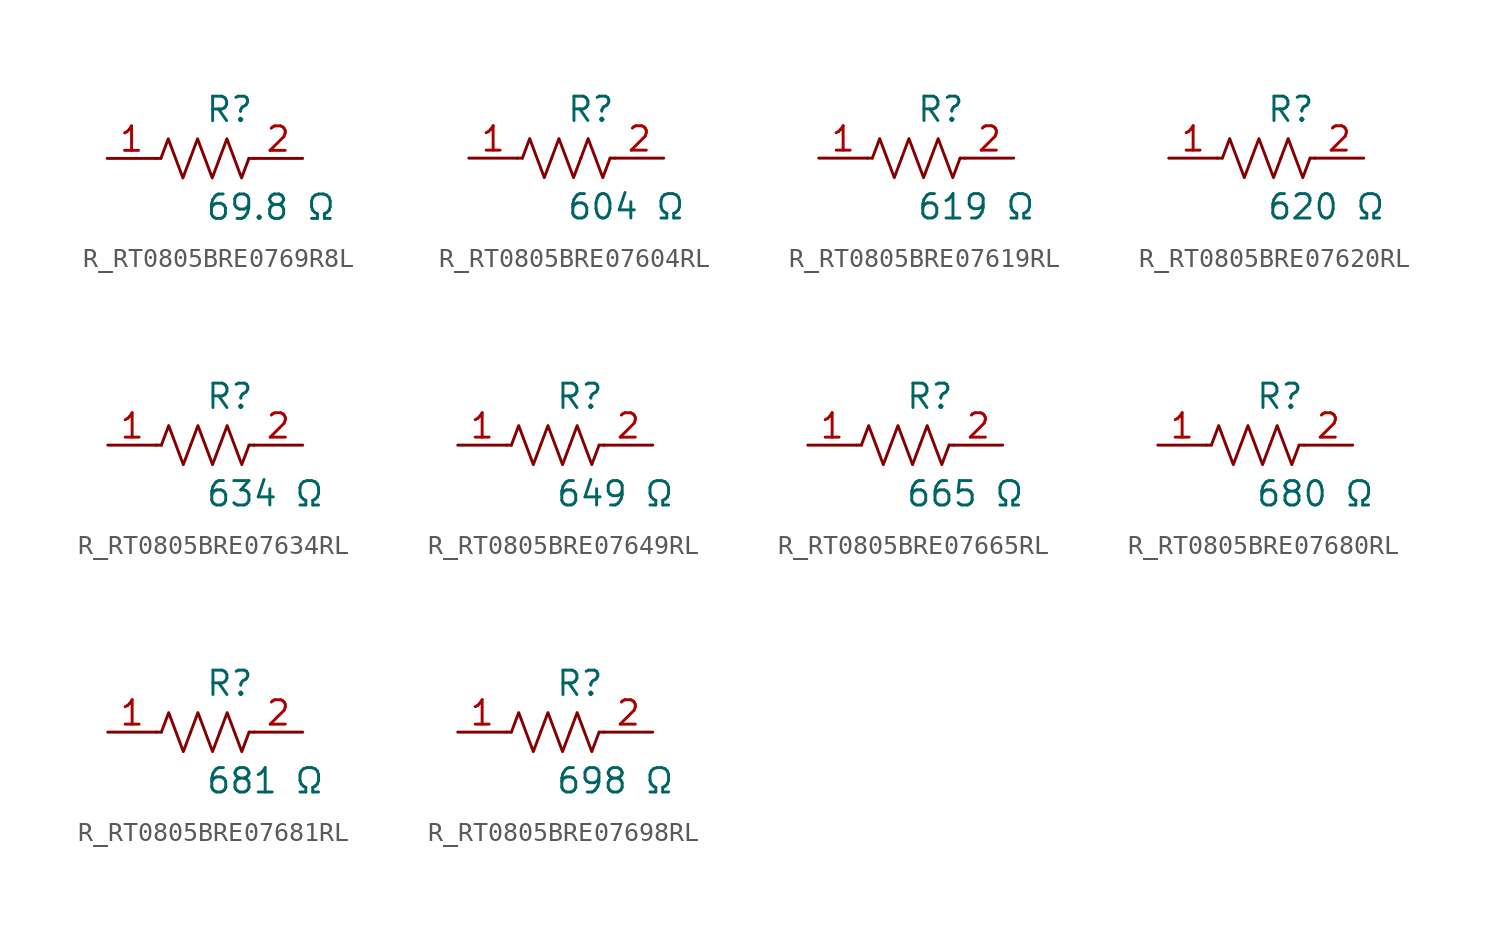
<source format=kicad_sym>
(kicad_symbol_lib
  (version 20231120)
  (generator kicad_symbol_editor)
  (generator_version 8.0)
  (symbol "R_RT0805BRE0769R8L"
    (pin_names
      (offset 0.254))
    (property "Reference" "R"
      (at 0.0 2.54 0)
      (effects (font (size 1.27 1.27)) (justify left)))
    (property "Value" "69.8 Ω"
      (at 0.0 -2.54 0)
      (effects (font (size 1.27 1.27)) (justify left)))
    (symbol "R_RT0805BRE0769R8L_0_1"
      (polyline (pts (xy 2.286 0) (xy 2.54 0)) (stroke (width 0) (type default)) (fill (type none)))
      (polyline (pts (xy -2.286 0) (xy -2.54 0)) (stroke (width 0) (type default)) (fill (type none)))
      (polyline (pts (xy 0.762 0) (xy 1.143 1.016) (xy 1.524 0) (xy 1.905 -1.016) (xy 2.286 0)) (stroke (width 0) (type default)) (fill (type none)))
      (polyline (pts (xy -0.762 0) (xy -0.381 1.016) (xy 0 0) (xy 0.381 -1.016) (xy 0.762 0)) (stroke (width 0) (type default)) (fill (type none)))
      (polyline (pts (xy -2.286 0) (xy -1.905 1.016) (xy -1.524 0) (xy -1.143 -1.016) (xy -0.762 0)) (stroke (width 0) (type default)) (fill (type none))))
    (pin unspecified line
      (at -5.08 0 0)
      (length 2.54)
      (name "" (effects (font (size 1.27 1.27))))
      (number "1" (effects (font (size 1.27 1.27)))))
    (pin unspecified line
      (at 5.08 0 180)
      (length 2.54)
      (name "" (effects (font (size 1.27 1.27))))
      (number "2" (effects (font (size 1.27 1.27))))))
  (symbol "R_RT0805BRE07604RL"
    (pin_names
      (offset 0.254))
    (property "Reference" "R"
      (at 0.0 2.54 0)
      (effects (font (size 1.27 1.27)) (justify left)))
    (property "Value" "604 Ω"
      (at 0.0 -2.54 0)
      (effects (font (size 1.27 1.27)) (justify left)))
    (symbol "R_RT0805BRE07604RL_0_1"
      (polyline (pts (xy 2.286 0) (xy 2.54 0)) (stroke (width 0) (type default)) (fill (type none)))
      (polyline (pts (xy -2.286 0) (xy -2.54 0)) (stroke (width 0) (type default)) (fill (type none)))
      (polyline (pts (xy 0.762 0) (xy 1.143 1.016) (xy 1.524 0) (xy 1.905 -1.016) (xy 2.286 0)) (stroke (width 0) (type default)) (fill (type none)))
      (polyline (pts (xy -0.762 0) (xy -0.381 1.016) (xy 0 0) (xy 0.381 -1.016) (xy 0.762 0)) (stroke (width 0) (type default)) (fill (type none)))
      (polyline (pts (xy -2.286 0) (xy -1.905 1.016) (xy -1.524 0) (xy -1.143 -1.016) (xy -0.762 0)) (stroke (width 0) (type default)) (fill (type none))))
    (pin unspecified line
      (at -5.08 0 0)
      (length 2.54)
      (name "" (effects (font (size 1.27 1.27))))
      (number "1" (effects (font (size 1.27 1.27)))))
    (pin unspecified line
      (at 5.08 0 180)
      (length 2.54)
      (name "" (effects (font (size 1.27 1.27))))
      (number "2" (effects (font (size 1.27 1.27))))))
  (symbol "R_RT0805BRE07619RL"
    (pin_names
      (offset 0.254))
    (property "Reference" "R"
      (at 0.0 2.54 0)
      (effects (font (size 1.27 1.27)) (justify left)))
    (property "Value" "619 Ω"
      (at 0.0 -2.54 0)
      (effects (font (size 1.27 1.27)) (justify left)))
    (symbol "R_RT0805BRE07619RL_0_1"
      (polyline (pts (xy 2.286 0) (xy 2.54 0)) (stroke (width 0) (type default)) (fill (type none)))
      (polyline (pts (xy -2.286 0) (xy -2.54 0)) (stroke (width 0) (type default)) (fill (type none)))
      (polyline (pts (xy 0.762 0) (xy 1.143 1.016) (xy 1.524 0) (xy 1.905 -1.016) (xy 2.286 0)) (stroke (width 0) (type default)) (fill (type none)))
      (polyline (pts (xy -0.762 0) (xy -0.381 1.016) (xy 0 0) (xy 0.381 -1.016) (xy 0.762 0)) (stroke (width 0) (type default)) (fill (type none)))
      (polyline (pts (xy -2.286 0) (xy -1.905 1.016) (xy -1.524 0) (xy -1.143 -1.016) (xy -0.762 0)) (stroke (width 0) (type default)) (fill (type none))))
    (pin unspecified line
      (at -5.08 0 0)
      (length 2.54)
      (name "" (effects (font (size 1.27 1.27))))
      (number "1" (effects (font (size 1.27 1.27)))))
    (pin unspecified line
      (at 5.08 0 180)
      (length 2.54)
      (name "" (effects (font (size 1.27 1.27))))
      (number "2" (effects (font (size 1.27 1.27))))))
  (symbol "R_RT0805BRE07620RL"
    (pin_names
      (offset 0.254))
    (property "Reference" "R"
      (at 0.0 2.54 0)
      (effects (font (size 1.27 1.27)) (justify left)))
    (property "Value" "620 Ω"
      (at 0.0 -2.54 0)
      (effects (font (size 1.27 1.27)) (justify left)))
    (symbol "R_RT0805BRE07620RL_0_1"
      (polyline (pts (xy 2.286 0) (xy 2.54 0)) (stroke (width 0) (type default)) (fill (type none)))
      (polyline (pts (xy -2.286 0) (xy -2.54 0)) (stroke (width 0) (type default)) (fill (type none)))
      (polyline (pts (xy 0.762 0) (xy 1.143 1.016) (xy 1.524 0) (xy 1.905 -1.016) (xy 2.286 0)) (stroke (width 0) (type default)) (fill (type none)))
      (polyline (pts (xy -0.762 0) (xy -0.381 1.016) (xy 0 0) (xy 0.381 -1.016) (xy 0.762 0)) (stroke (width 0) (type default)) (fill (type none)))
      (polyline (pts (xy -2.286 0) (xy -1.905 1.016) (xy -1.524 0) (xy -1.143 -1.016) (xy -0.762 0)) (stroke (width 0) (type default)) (fill (type none))))
    (pin unspecified line
      (at -5.08 0 0)
      (length 2.54)
      (name "" (effects (font (size 1.27 1.27))))
      (number "1" (effects (font (size 1.27 1.27)))))
    (pin unspecified line
      (at 5.08 0 180)
      (length 2.54)
      (name "" (effects (font (size 1.27 1.27))))
      (number "2" (effects (font (size 1.27 1.27))))))
  (symbol "R_RT0805BRE07634RL"
    (pin_names
      (offset 0.254))
    (property "Reference" "R"
      (at 0.0 2.54 0)
      (effects (font (size 1.27 1.27)) (justify left)))
    (property "Value" "634 Ω"
      (at 0.0 -2.54 0)
      (effects (font (size 1.27 1.27)) (justify left)))
    (symbol "R_RT0805BRE07634RL_0_1"
      (polyline (pts (xy 2.286 0) (xy 2.54 0)) (stroke (width 0) (type default)) (fill (type none)))
      (polyline (pts (xy -2.286 0) (xy -2.54 0)) (stroke (width 0) (type default)) (fill (type none)))
      (polyline (pts (xy 0.762 0) (xy 1.143 1.016) (xy 1.524 0) (xy 1.905 -1.016) (xy 2.286 0)) (stroke (width 0) (type default)) (fill (type none)))
      (polyline (pts (xy -0.762 0) (xy -0.381 1.016) (xy 0 0) (xy 0.381 -1.016) (xy 0.762 0)) (stroke (width 0) (type default)) (fill (type none)))
      (polyline (pts (xy -2.286 0) (xy -1.905 1.016) (xy -1.524 0) (xy -1.143 -1.016) (xy -0.762 0)) (stroke (width 0) (type default)) (fill (type none))))
    (pin unspecified line
      (at -5.08 0 0)
      (length 2.54)
      (name "" (effects (font (size 1.27 1.27))))
      (number "1" (effects (font (size 1.27 1.27)))))
    (pin unspecified line
      (at 5.08 0 180)
      (length 2.54)
      (name "" (effects (font (size 1.27 1.27))))
      (number "2" (effects (font (size 1.27 1.27))))))
  (symbol "R_RT0805BRE07649RL"
    (pin_names
      (offset 0.254))
    (property "Reference" "R"
      (at 0.0 2.54 0)
      (effects (font (size 1.27 1.27)) (justify left)))
    (property "Value" "649 Ω"
      (at 0.0 -2.54 0)
      (effects (font (size 1.27 1.27)) (justify left)))
    (symbol "R_RT0805BRE07649RL_0_1"
      (polyline (pts (xy 2.286 0) (xy 2.54 0)) (stroke (width 0) (type default)) (fill (type none)))
      (polyline (pts (xy -2.286 0) (xy -2.54 0)) (stroke (width 0) (type default)) (fill (type none)))
      (polyline (pts (xy 0.762 0) (xy 1.143 1.016) (xy 1.524 0) (xy 1.905 -1.016) (xy 2.286 0)) (stroke (width 0) (type default)) (fill (type none)))
      (polyline (pts (xy -0.762 0) (xy -0.381 1.016) (xy 0 0) (xy 0.381 -1.016) (xy 0.762 0)) (stroke (width 0) (type default)) (fill (type none)))
      (polyline (pts (xy -2.286 0) (xy -1.905 1.016) (xy -1.524 0) (xy -1.143 -1.016) (xy -0.762 0)) (stroke (width 0) (type default)) (fill (type none))))
    (pin unspecified line
      (at -5.08 0 0)
      (length 2.54)
      (name "" (effects (font (size 1.27 1.27))))
      (number "1" (effects (font (size 1.27 1.27)))))
    (pin unspecified line
      (at 5.08 0 180)
      (length 2.54)
      (name "" (effects (font (size 1.27 1.27))))
      (number "2" (effects (font (size 1.27 1.27))))))
  (symbol "R_RT0805BRE07665RL"
    (pin_names
      (offset 0.254))
    (property "Reference" "R"
      (at 0.0 2.54 0)
      (effects (font (size 1.27 1.27)) (justify left)))
    (property "Value" "665 Ω"
      (at 0.0 -2.54 0)
      (effects (font (size 1.27 1.27)) (justify left)))
    (symbol "R_RT0805BRE07665RL_0_1"
      (polyline (pts (xy 2.286 0) (xy 2.54 0)) (stroke (width 0) (type default)) (fill (type none)))
      (polyline (pts (xy -2.286 0) (xy -2.54 0)) (stroke (width 0) (type default)) (fill (type none)))
      (polyline (pts (xy 0.762 0) (xy 1.143 1.016) (xy 1.524 0) (xy 1.905 -1.016) (xy 2.286 0)) (stroke (width 0) (type default)) (fill (type none)))
      (polyline (pts (xy -0.762 0) (xy -0.381 1.016) (xy 0 0) (xy 0.381 -1.016) (xy 0.762 0)) (stroke (width 0) (type default)) (fill (type none)))
      (polyline (pts (xy -2.286 0) (xy -1.905 1.016) (xy -1.524 0) (xy -1.143 -1.016) (xy -0.762 0)) (stroke (width 0) (type default)) (fill (type none))))
    (pin unspecified line
      (at -5.08 0 0)
      (length 2.54)
      (name "" (effects (font (size 1.27 1.27))))
      (number "1" (effects (font (size 1.27 1.27)))))
    (pin unspecified line
      (at 5.08 0 180)
      (length 2.54)
      (name "" (effects (font (size 1.27 1.27))))
      (number "2" (effects (font (size 1.27 1.27))))))
  (symbol "R_RT0805BRE07680RL"
    (pin_names
      (offset 0.254))
    (property "Reference" "R"
      (at 0.0 2.54 0)
      (effects (font (size 1.27 1.27)) (justify left)))
    (property "Value" "680 Ω"
      (at 0.0 -2.54 0)
      (effects (font (size 1.27 1.27)) (justify left)))
    (symbol "R_RT0805BRE07680RL_0_1"
      (polyline (pts (xy 2.286 0) (xy 2.54 0)) (stroke (width 0) (type default)) (fill (type none)))
      (polyline (pts (xy -2.286 0) (xy -2.54 0)) (stroke (width 0) (type default)) (fill (type none)))
      (polyline (pts (xy 0.762 0) (xy 1.143 1.016) (xy 1.524 0) (xy 1.905 -1.016) (xy 2.286 0)) (stroke (width 0) (type default)) (fill (type none)))
      (polyline (pts (xy -0.762 0) (xy -0.381 1.016) (xy 0 0) (xy 0.381 -1.016) (xy 0.762 0)) (stroke (width 0) (type default)) (fill (type none)))
      (polyline (pts (xy -2.286 0) (xy -1.905 1.016) (xy -1.524 0) (xy -1.143 -1.016) (xy -0.762 0)) (stroke (width 0) (type default)) (fill (type none))))
    (pin unspecified line
      (at -5.08 0 0)
      (length 2.54)
      (name "" (effects (font (size 1.27 1.27))))
      (number "1" (effects (font (size 1.27 1.27)))))
    (pin unspecified line
      (at 5.08 0 180)
      (length 2.54)
      (name "" (effects (font (size 1.27 1.27))))
      (number "2" (effects (font (size 1.27 1.27))))))
  (symbol "R_RT0805BRE07681RL"
    (pin_names
      (offset 0.254))
    (property "Reference" "R"
      (at 0.0 2.54 0)
      (effects (font (size 1.27 1.27)) (justify left)))
    (property "Value" "681 Ω"
      (at 0.0 -2.54 0)
      (effects (font (size 1.27 1.27)) (justify left)))
    (symbol "R_RT0805BRE07681RL_0_1"
      (polyline (pts (xy 2.286 0) (xy 2.54 0)) (stroke (width 0) (type default)) (fill (type none)))
      (polyline (pts (xy -2.286 0) (xy -2.54 0)) (stroke (width 0) (type default)) (fill (type none)))
      (polyline (pts (xy 0.762 0) (xy 1.143 1.016) (xy 1.524 0) (xy 1.905 -1.016) (xy 2.286 0)) (stroke (width 0) (type default)) (fill (type none)))
      (polyline (pts (xy -0.762 0) (xy -0.381 1.016) (xy 0 0) (xy 0.381 -1.016) (xy 0.762 0)) (stroke (width 0) (type default)) (fill (type none)))
      (polyline (pts (xy -2.286 0) (xy -1.905 1.016) (xy -1.524 0) (xy -1.143 -1.016) (xy -0.762 0)) (stroke (width 0) (type default)) (fill (type none))))
    (pin unspecified line
      (at -5.08 0 0)
      (length 2.54)
      (name "" (effects (font (size 1.27 1.27))))
      (number "1" (effects (font (size 1.27 1.27)))))
    (pin unspecified line
      (at 5.08 0 180)
      (length 2.54)
      (name "" (effects (font (size 1.27 1.27))))
      (number "2" (effects (font (size 1.27 1.27))))))
  (symbol "R_RT0805BRE07698RL"
    (pin_names
      (offset 0.254))
    (property "Reference" "R"
      (at 0.0 2.54 0)
      (effects (font (size 1.27 1.27)) (justify left)))
    (property "Value" "698 Ω"
      (at 0.0 -2.54 0)
      (effects (font (size 1.27 1.27)) (justify left)))
    (symbol "R_RT0805BRE07698RL_0_1"
      (polyline (pts (xy 2.286 0) (xy 2.54 0)) (stroke (width 0) (type default)) (fill (type none)))
      (polyline (pts (xy -2.286 0) (xy -2.54 0)) (stroke (width 0) (type default)) (fill (type none)))
      (polyline (pts (xy 0.762 0) (xy 1.143 1.016) (xy 1.524 0) (xy 1.905 -1.016) (xy 2.286 0)) (stroke (width 0) (type default)) (fill (type none)))
      (polyline (pts (xy -0.762 0) (xy -0.381 1.016) (xy 0 0) (xy 0.381 -1.016) (xy 0.762 0)) (stroke (width 0) (type default)) (fill (type none)))
      (polyline (pts (xy -2.286 0) (xy -1.905 1.016) (xy -1.524 0) (xy -1.143 -1.016) (xy -0.762 0)) (stroke (width 0) (type default)) (fill (type none))))
    (pin unspecified line
      (at -5.08 0 0)
      (length 2.54)
      (name "" (effects (font (size 1.27 1.27))))
      (number "1" (effects (font (size 1.27 1.27)))))
    (pin unspecified line
      (at 5.08 0 180)
      (length 2.54)
      (name "" (effects (font (size 1.27 1.27))))
      (number "2" (effects (font (size 1.27 1.27)))))))
</source>
